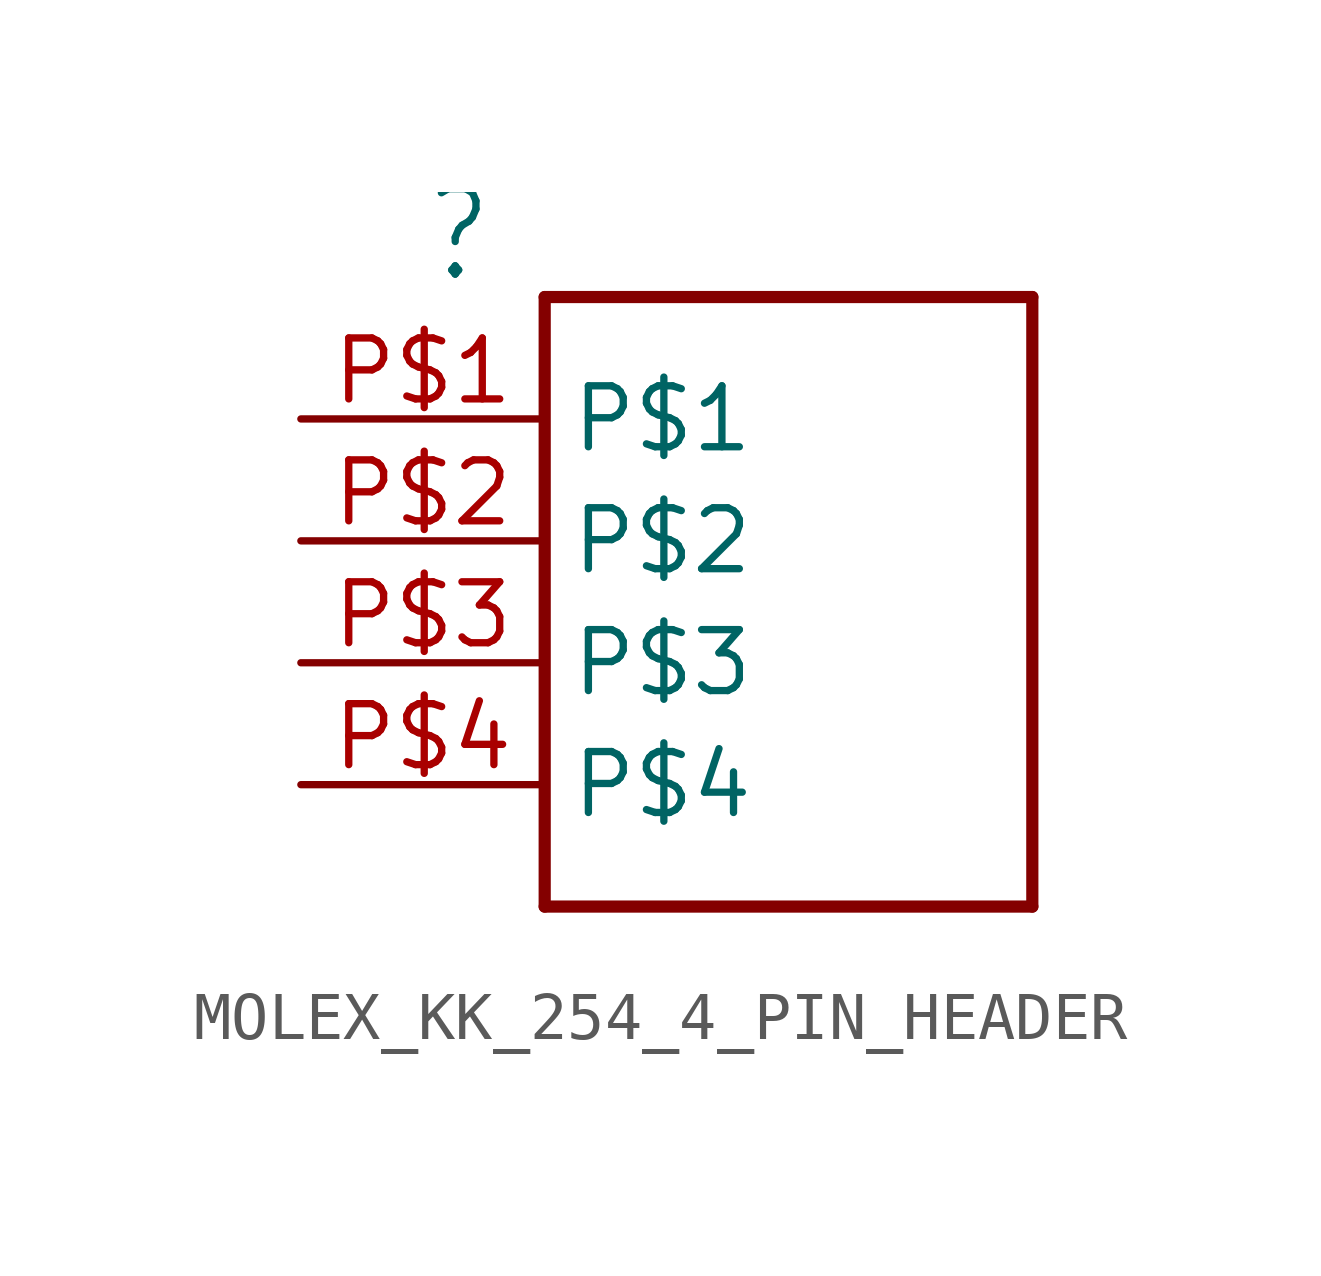
<source format=kicad_sym>
(kicad_symbol_lib
  (version 20211014)
  (generator kicad_symbol_editor)
  (symbol "MOLEX_KK_254_4_PIN_HEADER"
    (property "Reference" ""
      (at -5.08 7.874 0)
      (effects (font (size 1.778 1.511)) (justify left bottom)))
    (property "ki_locked" ""
      (at 0 0 0)
      (effects (font (size 1.27 1.27))))
    (symbol "MOLEX_KK_254_4_PIN_HEADER_1_0"
      (polyline (pts (xy -2.54 -5.08) (xy -2.54 7.62)) (stroke (width 0.254) (type default) (color 0 0 0 0)) (fill (type none)))
      (polyline (pts (xy -2.54 7.62) (xy 7.62 7.62)) (stroke (width 0.254) (type default) (color 0 0 0 0)) (fill (type none)))
      (polyline (pts (xy 7.62 -5.08) (xy -2.54 -5.08)) (stroke (width 0.254) (type default) (color 0 0 0 0)) (fill (type none)))
      (polyline (pts (xy 7.62 7.62) (xy 7.62 -5.08)) (stroke (width 0.254) (type default) (color 0 0 0 0)) (fill (type none)))
      (pin bidirectional line (at -7.62 5.08 0) (length 5.08) (name "P$1" (effects (font (size 1.27 1.27)))) (number "P$1" (effects (font (size 1.27 1.27)))))
      (pin bidirectional line (at -7.62 2.54 0) (length 5.08) (name "P$2" (effects (font (size 1.27 1.27)))) (number "P$2" (effects (font (size 1.27 1.27)))))
      (pin bidirectional line (at -7.62 0 0) (length 5.08) (name "P$3" (effects (font (size 1.27 1.27)))) (number "P$3" (effects (font (size 1.27 1.27)))))
      (pin bidirectional line (at -7.62 -2.54 0) (length 5.08) (name "P$4" (effects (font (size 1.27 1.27)))) (number "P$4" (effects (font (size 1.27 1.27))))))))
</source>
